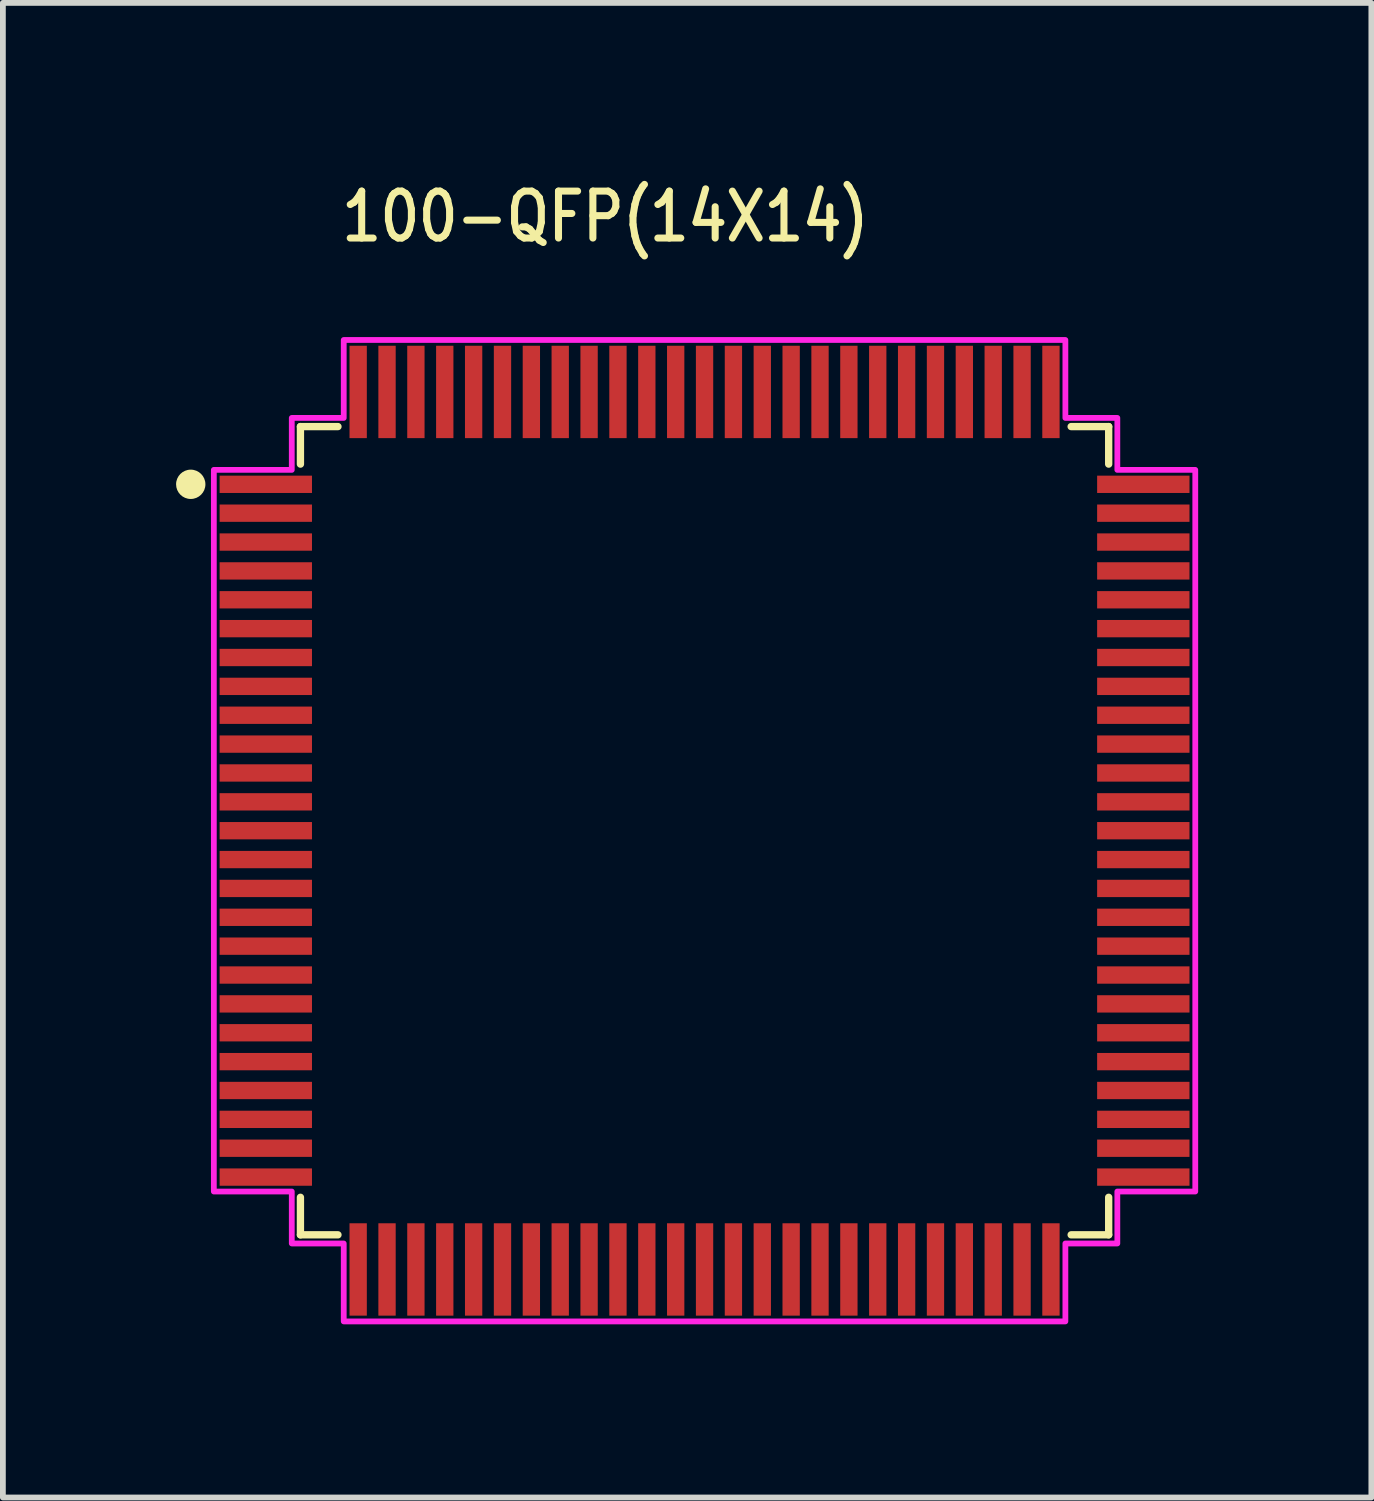
<source format=kicad_pcb>
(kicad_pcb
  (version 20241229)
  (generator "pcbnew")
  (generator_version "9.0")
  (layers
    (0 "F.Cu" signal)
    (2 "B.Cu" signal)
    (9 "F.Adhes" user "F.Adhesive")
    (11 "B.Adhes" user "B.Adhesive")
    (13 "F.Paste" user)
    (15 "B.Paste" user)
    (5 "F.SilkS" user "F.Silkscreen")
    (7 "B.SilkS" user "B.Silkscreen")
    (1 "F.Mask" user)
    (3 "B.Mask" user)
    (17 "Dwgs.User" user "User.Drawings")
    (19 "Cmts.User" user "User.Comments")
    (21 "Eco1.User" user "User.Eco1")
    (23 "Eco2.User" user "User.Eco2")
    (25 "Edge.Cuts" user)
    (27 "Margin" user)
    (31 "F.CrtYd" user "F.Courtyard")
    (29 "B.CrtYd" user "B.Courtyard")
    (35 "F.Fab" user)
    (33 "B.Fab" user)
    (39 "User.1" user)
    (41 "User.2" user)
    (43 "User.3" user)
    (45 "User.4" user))
  (footprint "100-QFP(14X14)"
    (layer "F.Cu")
    (at 9.154 11.339)
    (property "Reference" "100-QFP(14X14)" (at -6.35 -10.16 0) (unlocked yes) (layer "F.SilkS") (effects (font (size 0.813 0.695) (thickness 0.122)) (justify left bottom)))
    (fp_line (start -7 -7) (end -7 -6.35) (stroke (width 0.127) (type solid)) (layer "F.SilkS"))
    (fp_line (start -7 6.35) (end -7 7) (stroke (width 0.127) (type solid)) (layer "F.SilkS"))
    (fp_line (start -7 7) (end -6.35 7) (stroke (width 0.127) (type solid)) (layer "F.SilkS"))
    (fp_line (start -6.35 -7) (end -7 -7) (stroke (width 0.127) (type solid)) (layer "F.SilkS"))
    (fp_line (start 6.35 -7) (end 7 -7) (stroke (width 0.127) (type solid)) (layer "F.SilkS"))
    (fp_line (start 7 -7) (end 7 -6.35) (stroke (width 0.127) (type solid)) (layer "F.SilkS"))
    (fp_line (start 7 6.35) (end 7 7) (stroke (width 0.127) (type solid)) (layer "F.SilkS"))
    (fp_line (start 7 7) (end 6.35 7) (stroke (width 0.127) (type solid)) (layer "F.SilkS"))
    (fp_circle (center -8.9 -6) (end -8.646 -6) (stroke (width 0) (type solid)) (fill yes) (layer "F.SilkS"))
    (fp_poly (pts (xy 6.25 -7.15) (xy 6.25 -8.5) (xy -6.25 -8.5) (xy -6.25 -7.15) (xy -7.15 -7.15) (xy -7.15 -6.25) (xy -8.5 -6.25) (xy -8.5 6.25) (xy -7.15 6.25) (xy -7.15 7.15) (xy -6.25 7.15) (xy -6.25 8.5) (xy 6.25 8.5) (xy 6.25 7.15) (xy 7.15 7.15) (xy 7.15 6.25) (xy 8.5 6.25) (xy 8.5 -6.25) (xy 7.15 -6.25) (xy 7.15 -7.15)) (stroke (width 0.1) (type solid)) (fill no) (layer "F.CrtYd"))
    (pad "1" smd rect (at -7.6 -6) (size 1.6 0.3) (layers "F.Cu" "F.Mask" "F.Paste"))
    (pad "2" smd rect (at -7.6 -5.5) (size 1.6 0.3) (layers "F.Cu" "F.Mask" "F.Paste"))
    (pad "3" smd rect (at -7.6 -5) (size 1.6 0.3) (layers "F.Cu" "F.Mask" "F.Paste"))
    (pad "4" smd rect (at -7.6 -4.5) (size 1.6 0.3) (layers "F.Cu" "F.Mask" "F.Paste"))
    (pad "5" smd rect (at -7.6 -4) (size 1.6 0.3) (layers "F.Cu" "F.Mask" "F.Paste"))
    (pad "6" smd rect (at -7.6 -3.5) (size 1.6 0.3) (layers "F.Cu" "F.Mask" "F.Paste"))
    (pad "7" smd rect (at -7.6 -3) (size 1.6 0.3) (layers "F.Cu" "F.Mask" "F.Paste"))
    (pad "8" smd rect (at -7.6 -2.5) (size 1.6 0.3) (layers "F.Cu" "F.Mask" "F.Paste"))
    (pad "9" smd rect (at -7.6 -2) (size 1.6 0.3) (layers "F.Cu" "F.Mask" "F.Paste"))
    (pad "10" smd rect (at -7.6 -1.5) (size 1.6 0.3) (layers "F.Cu" "F.Mask" "F.Paste"))
    (pad "11" smd rect (at -7.6 -1) (size 1.6 0.3) (layers "F.Cu" "F.Mask" "F.Paste"))
    (pad "12" smd rect (at -7.6 -0.5) (size 1.6 0.3) (layers "F.Cu" "F.Mask" "F.Paste"))
    (pad "13" smd rect (at -7.6 0) (size 1.6 0.3) (layers "F.Cu" "F.Mask" "F.Paste"))
    (pad "14" smd rect (at -7.6 0.5) (size 1.6 0.3) (layers "F.Cu" "F.Mask" "F.Paste"))
    (pad "15" smd rect (at -7.6 1) (size 1.6 0.3) (layers "F.Cu" "F.Mask" "F.Paste"))
    (pad "16" smd rect (at -7.6 1.5) (size 1.6 0.3) (layers "F.Cu" "F.Mask" "F.Paste"))
    (pad "17" smd rect (at -7.6 2) (size 1.6 0.3) (layers "F.Cu" "F.Mask" "F.Paste"))
    (pad "18" smd rect (at -7.6 2.5) (size 1.6 0.3) (layers "F.Cu" "F.Mask" "F.Paste"))
    (pad "19" smd rect (at -7.6 3) (size 1.6 0.3) (layers "F.Cu" "F.Mask" "F.Paste"))
    (pad "20" smd rect (at -7.6 3.5) (size 1.6 0.3) (layers "F.Cu" "F.Mask" "F.Paste"))
    (pad "21" smd rect (at -7.6 4) (size 1.6 0.3) (layers "F.Cu" "F.Mask" "F.Paste"))
    (pad "22" smd rect (at -7.6 4.5) (size 1.6 0.3) (layers "F.Cu" "F.Mask" "F.Paste"))
    (pad "23" smd rect (at -7.6 5) (size 1.6 0.3) (layers "F.Cu" "F.Mask" "F.Paste"))
    (pad "24" smd rect (at -7.6 5.5) (size 1.6 0.3) (layers "F.Cu" "F.Mask" "F.Paste"))
    (pad "25" smd rect (at -7.6 6) (size 1.6 0.3) (layers "F.Cu" "F.Mask" "F.Paste"))
    (pad "26" smd rect (at -6 7.6) (size 0.3 1.6) (layers "F.Cu" "F.Mask" "F.Paste"))
    (pad "27" smd rect (at -5.5 7.6) (size 0.3 1.6) (layers "F.Cu" "F.Mask" "F.Paste"))
    (pad "28" smd rect (at -5 7.6) (size 0.3 1.6) (layers "F.Cu" "F.Mask" "F.Paste"))
    (pad "29" smd rect (at -4.5 7.6) (size 0.3 1.6) (layers "F.Cu" "F.Mask" "F.Paste"))
    (pad "30" smd rect (at -4 7.6) (size 0.3 1.6) (layers "F.Cu" "F.Mask" "F.Paste"))
    (pad "31" smd rect (at -3.5 7.6) (size 0.3 1.6) (layers "F.Cu" "F.Mask" "F.Paste"))
    (pad "32" smd rect (at -3 7.6) (size 0.3 1.6) (layers "F.Cu" "F.Mask" "F.Paste"))
    (pad "33" smd rect (at -2.5 7.6) (size 0.3 1.6) (layers "F.Cu" "F.Mask" "F.Paste"))
    (pad "34" smd rect (at -2 7.6) (size 0.3 1.6) (layers "F.Cu" "F.Mask" "F.Paste"))
    (pad "35" smd rect (at -1.5 7.6) (size 0.3 1.6) (layers "F.Cu" "F.Mask" "F.Paste"))
    (pad "36" smd rect (at -1 7.6) (size 0.3 1.6) (layers "F.Cu" "F.Mask" "F.Paste"))
    (pad "37" smd rect (at -0.5 7.6) (size 0.3 1.6) (layers "F.Cu" "F.Mask" "F.Paste"))
    (pad "38" smd rect (at 0 7.6) (size 0.3 1.6) (layers "F.Cu" "F.Mask" "F.Paste"))
    (pad "39" smd rect (at 0.5 7.6) (size 0.3 1.6) (layers "F.Cu" "F.Mask" "F.Paste"))
    (pad "40" smd rect (at 1 7.6) (size 0.3 1.6) (layers "F.Cu" "F.Mask" "F.Paste"))
    (pad "41" smd rect (at 1.5 7.6) (size 0.3 1.6) (layers "F.Cu" "F.Mask" "F.Paste"))
    (pad "42" smd rect (at 2 7.6) (size 0.3 1.6) (layers "F.Cu" "F.Mask" "F.Paste"))
    (pad "43" smd rect (at 2.5 7.6) (size 0.3 1.6) (layers "F.Cu" "F.Mask" "F.Paste"))
    (pad "44" smd rect (at 3 7.6) (size 0.3 1.6) (layers "F.Cu" "F.Mask" "F.Paste"))
    (pad "45" smd rect (at 3.5 7.6) (size 0.3 1.6) (layers "F.Cu" "F.Mask" "F.Paste"))
    (pad "46" smd rect (at 4 7.6) (size 0.3 1.6) (layers "F.Cu" "F.Mask" "F.Paste"))
    (pad "47" smd rect (at 4.5 7.6) (size 0.3 1.6) (layers "F.Cu" "F.Mask" "F.Paste"))
    (pad "48" smd rect (at 5 7.6) (size 0.3 1.6) (layers "F.Cu" "F.Mask" "F.Paste"))
    (pad "49" smd rect (at 5.5 7.6) (size 0.3 1.6) (layers "F.Cu" "F.Mask" "F.Paste"))
    (pad "50" smd rect (at 6 7.6) (size 0.3 1.6) (layers "F.Cu" "F.Mask" "F.Paste"))
    (pad "51" smd rect (at 7.6 6) (size 1.6 0.3) (layers "F.Cu" "F.Mask" "F.Paste"))
    (pad "52" smd rect (at 7.6 5.5) (size 1.6 0.3) (layers "F.Cu" "F.Mask" "F.Paste"))
    (pad "53" smd rect (at 7.6 5) (size 1.6 0.3) (layers "F.Cu" "F.Mask" "F.Paste"))
    (pad "54" smd rect (at 7.6 4.5) (size 1.6 0.3) (layers "F.Cu" "F.Mask" "F.Paste"))
    (pad "55" smd rect (at 7.6 4) (size 1.6 0.3) (layers "F.Cu" "F.Mask" "F.Paste"))
    (pad "56" smd rect (at 7.6 3.5) (size 1.6 0.3) (layers "F.Cu" "F.Mask" "F.Paste"))
    (pad "57" smd rect (at 7.6 3) (size 1.6 0.3) (layers "F.Cu" "F.Mask" "F.Paste"))
    (pad "58" smd rect (at 7.6 2.5) (size 1.6 0.3) (layers "F.Cu" "F.Mask" "F.Paste"))
    (pad "59" smd rect (at 7.6 2) (size 1.6 0.3) (layers "F.Cu" "F.Mask" "F.Paste"))
    (pad "60" smd rect (at 7.6 1.5) (size 1.6 0.3) (layers "F.Cu" "F.Mask" "F.Paste"))
    (pad "61" smd rect (at 7.6 1) (size 1.6 0.3) (layers "F.Cu" "F.Mask" "F.Paste"))
    (pad "62" smd rect (at 7.6 0.5) (size 1.6 0.3) (layers "F.Cu" "F.Mask" "F.Paste"))
    (pad "63" smd rect (at 7.6 0) (size 1.6 0.3) (layers "F.Cu" "F.Mask" "F.Paste"))
    (pad "64" smd rect (at 7.6 -0.5) (size 1.6 0.3) (layers "F.Cu" "F.Mask" "F.Paste"))
    (pad "65" smd rect (at 7.6 -1) (size 1.6 0.3) (layers "F.Cu" "F.Mask" "F.Paste"))
    (pad "66" smd rect (at 7.6 -1.5) (size 1.6 0.3) (layers "F.Cu" "F.Mask" "F.Paste"))
    (pad "67" smd rect (at 7.6 -2) (size 1.6 0.3) (layers "F.Cu" "F.Mask" "F.Paste"))
    (pad "68" smd rect (at 7.6 -2.5) (size 1.6 0.3) (layers "F.Cu" "F.Mask" "F.Paste"))
    (pad "69" smd rect (at 7.6 -3) (size 1.6 0.3) (layers "F.Cu" "F.Mask" "F.Paste"))
    (pad "70" smd rect (at 7.6 -3.5) (size 1.6 0.3) (layers "F.Cu" "F.Mask" "F.Paste"))
    (pad "71" smd rect (at 7.6 -4) (size 1.6 0.3) (layers "F.Cu" "F.Mask" "F.Paste"))
    (pad "72" smd rect (at 7.6 -4.5) (size 1.6 0.3) (layers "F.Cu" "F.Mask" "F.Paste"))
    (pad "73" smd rect (at 7.6 -5) (size 1.6 0.3) (layers "F.Cu" "F.Mask" "F.Paste"))
    (pad "74" smd rect (at 7.6 -5.5) (size 1.6 0.3) (layers "F.Cu" "F.Mask" "F.Paste"))
    (pad "75" smd rect (at 7.6 -6) (size 1.6 0.3) (layers "F.Cu" "F.Mask" "F.Paste"))
    (pad "76" smd rect (at 6 -7.6) (size 0.3 1.6) (layers "F.Cu" "F.Mask" "F.Paste"))
    (pad "77" smd rect (at 5.5 -7.6) (size 0.3 1.6) (layers "F.Cu" "F.Mask" "F.Paste"))
    (pad "78" smd rect (at 5 -7.6) (size 0.3 1.6) (layers "F.Cu" "F.Mask" "F.Paste"))
    (pad "79" smd rect (at 4.5 -7.6) (size 0.3 1.6) (layers "F.Cu" "F.Mask" "F.Paste"))
    (pad "80" smd rect (at 4 -7.6) (size 0.3 1.6) (layers "F.Cu" "F.Mask" "F.Paste"))
    (pad "81" smd rect (at 3.5 -7.6) (size 0.3 1.6) (layers "F.Cu" "F.Mask" "F.Paste"))
    (pad "82" smd rect (at 3 -7.6) (size 0.3 1.6) (layers "F.Cu" "F.Mask" "F.Paste"))
    (pad "83" smd rect (at 2.5 -7.6) (size 0.3 1.6) (layers "F.Cu" "F.Mask" "F.Paste"))
    (pad "84" smd rect (at 2 -7.6) (size 0.3 1.6) (layers "F.Cu" "F.Mask" "F.Paste"))
    (pad "85" smd rect (at 1.5 -7.6) (size 0.3 1.6) (layers "F.Cu" "F.Mask" "F.Paste"))
    (pad "86" smd rect (at 1 -7.6) (size 0.3 1.6) (layers "F.Cu" "F.Mask" "F.Paste"))
    (pad "87" smd rect (at 0.5 -7.6) (size 0.3 1.6) (layers "F.Cu" "F.Mask" "F.Paste"))
    (pad "88" smd rect (at 0 -7.6) (size 0.3 1.6) (layers "F.Cu" "F.Mask" "F.Paste"))
    (pad "89" smd rect (at -0.5 -7.6) (size 0.3 1.6) (layers "F.Cu" "F.Mask" "F.Paste"))
    (pad "90" smd rect (at -1 -7.6) (size 0.3 1.6) (layers "F.Cu" "F.Mask" "F.Paste"))
    (pad "91" smd rect (at -1.5 -7.6) (size 0.3 1.6) (layers "F.Cu" "F.Mask" "F.Paste"))
    (pad "92" smd rect (at -2 -7.6) (size 0.3 1.6) (layers "F.Cu" "F.Mask" "F.Paste"))
    (pad "93" smd rect (at -2.5 -7.6) (size 0.3 1.6) (layers "F.Cu" "F.Mask" "F.Paste"))
    (pad "94" smd rect (at -3 -7.6) (size 0.3 1.6) (layers "F.Cu" "F.Mask" "F.Paste"))
    (pad "95" smd rect (at -3.5 -7.6) (size 0.3 1.6) (layers "F.Cu" "F.Mask" "F.Paste"))
    (pad "96" smd rect (at -4 -7.6) (size 0.3 1.6) (layers "F.Cu" "F.Mask" "F.Paste"))
    (pad "97" smd rect (at -4.5 -7.6) (size 0.3 1.6) (layers "F.Cu" "F.Mask" "F.Paste"))
    (pad "98" smd rect (at -5 -7.6) (size 0.3 1.6) (layers "F.Cu" "F.Mask" "F.Paste"))
    (pad "99" smd rect (at -5.5 -7.6) (size 0.3 1.6) (layers "F.Cu" "F.Mask" "F.Paste"))
    (pad "100" smd rect (at -6 -7.6) (size 0.3 1.6) (layers "F.Cu" "F.Mask" "F.Paste")))
  (gr_rect
    (start -3 -3)
    (end 20.704 22.889)
    (stroke (width 0.1) (type default))
    (fill no)
    (layer "Edge.Cuts")))
</source>
